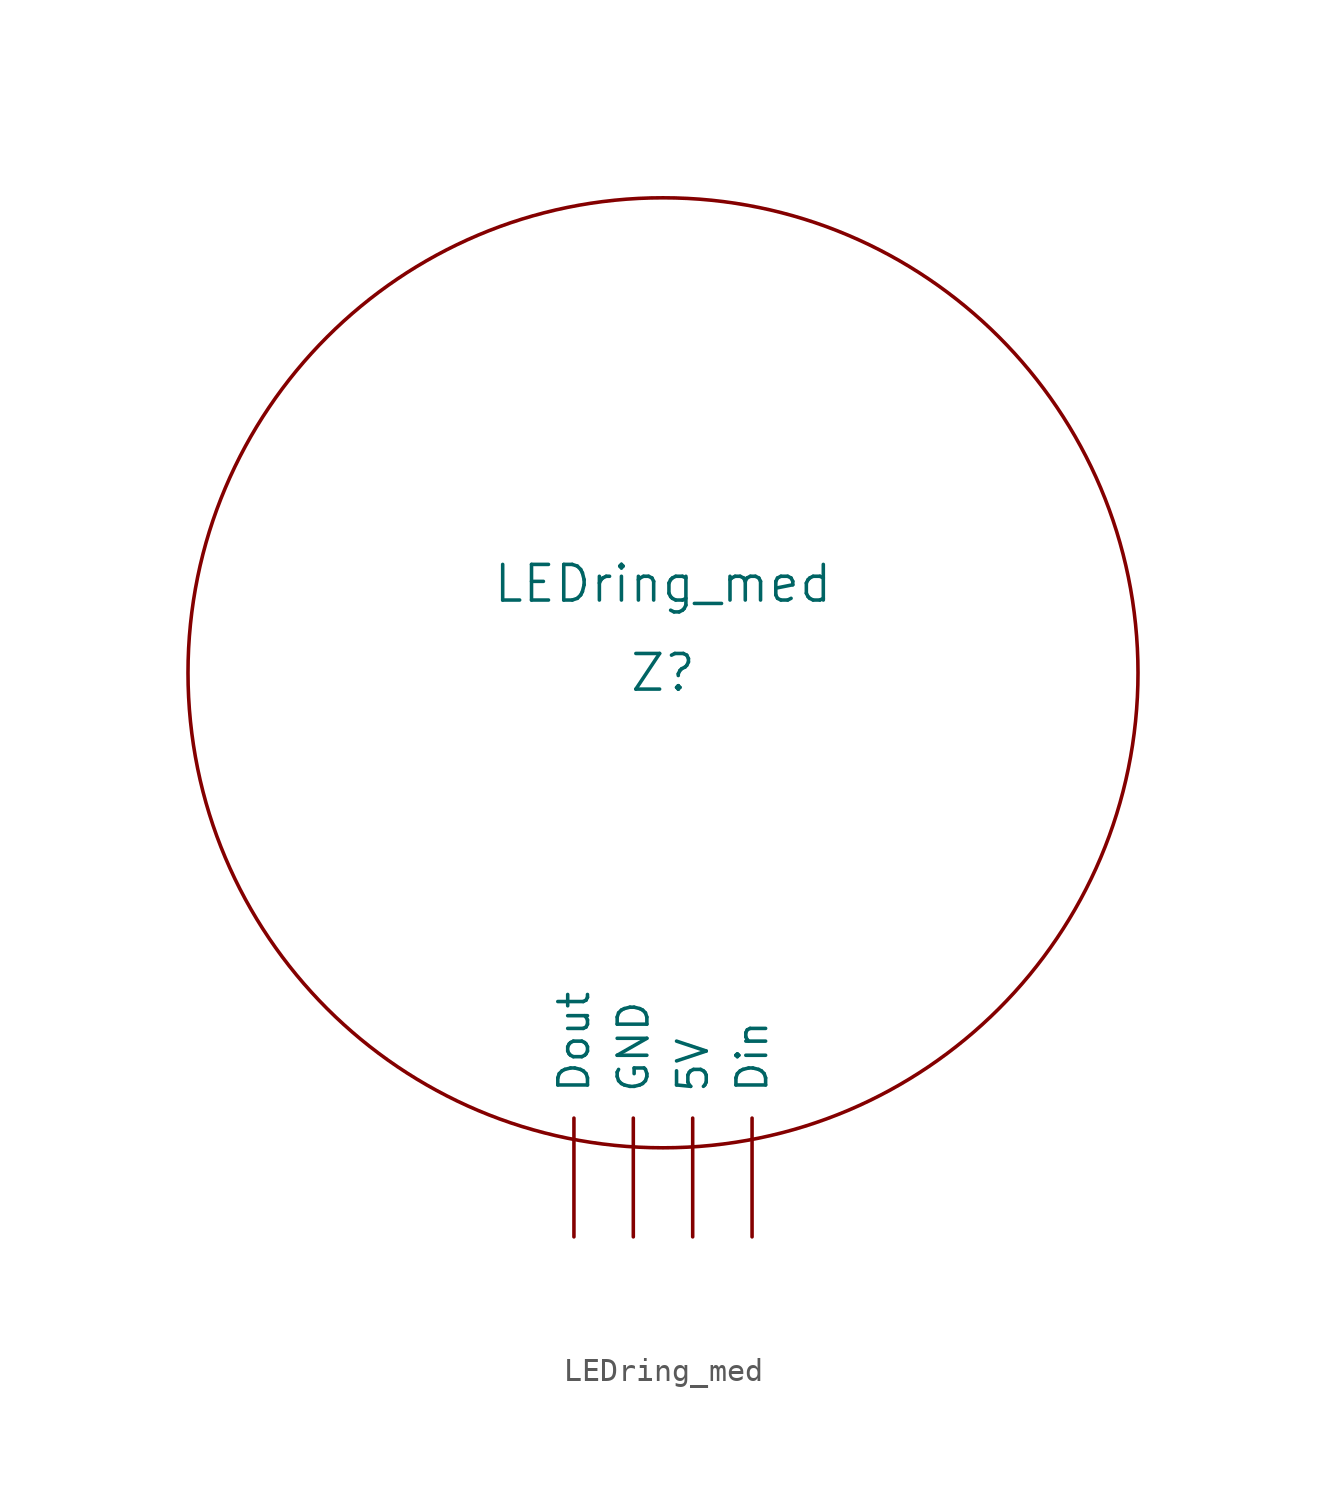
<source format=kicad_sym>
(kicad_symbol_lib
  (version 20220914)
  (generator kicad_symbol_editor)
  (symbol "LEDring_med"
    (pin_names
      (offset 1.016))
    (property "Reference" "Z"
      (at 0 0 0)
      (effects (font (size 1.524 1.524))))
    (property "Value" "LEDring_med"
      (at 0 3.81 0)
      (effects (font (size 1.524 1.524))))
    (symbol "LEDring_med_0_1"
      (circle (center 0 0) (radius 20.32) (stroke (width 0) (type solid)) (fill (type none))))
    (symbol "LEDring_med_1_0"
      (pin input line (at 1.27 -24.13 90) (length 5.08) (name "5V" (effects (font (size 1.27 1.27)))) (number "~" (effects (font (size 1.27 1.27)))))
      (pin input line (at 3.81 -24.13 90) (length 5.08) (name "Din" (effects (font (size 1.27 1.27)))) (number "~" (effects (font (size 1.27 1.27)))))
      (pin input line (at -3.81 -24.13 90) (length 5.08) (name "Dout" (effects (font (size 1.27 1.27)))) (number "~" (effects (font (size 1.27 1.27)))))
      (pin input line (at -1.27 -24.13 90) (length 5.08) (name "GND" (effects (font (size 1.27 1.27)))) (number "~" (effects (font (size 1.27 1.27))))))))
</source>
